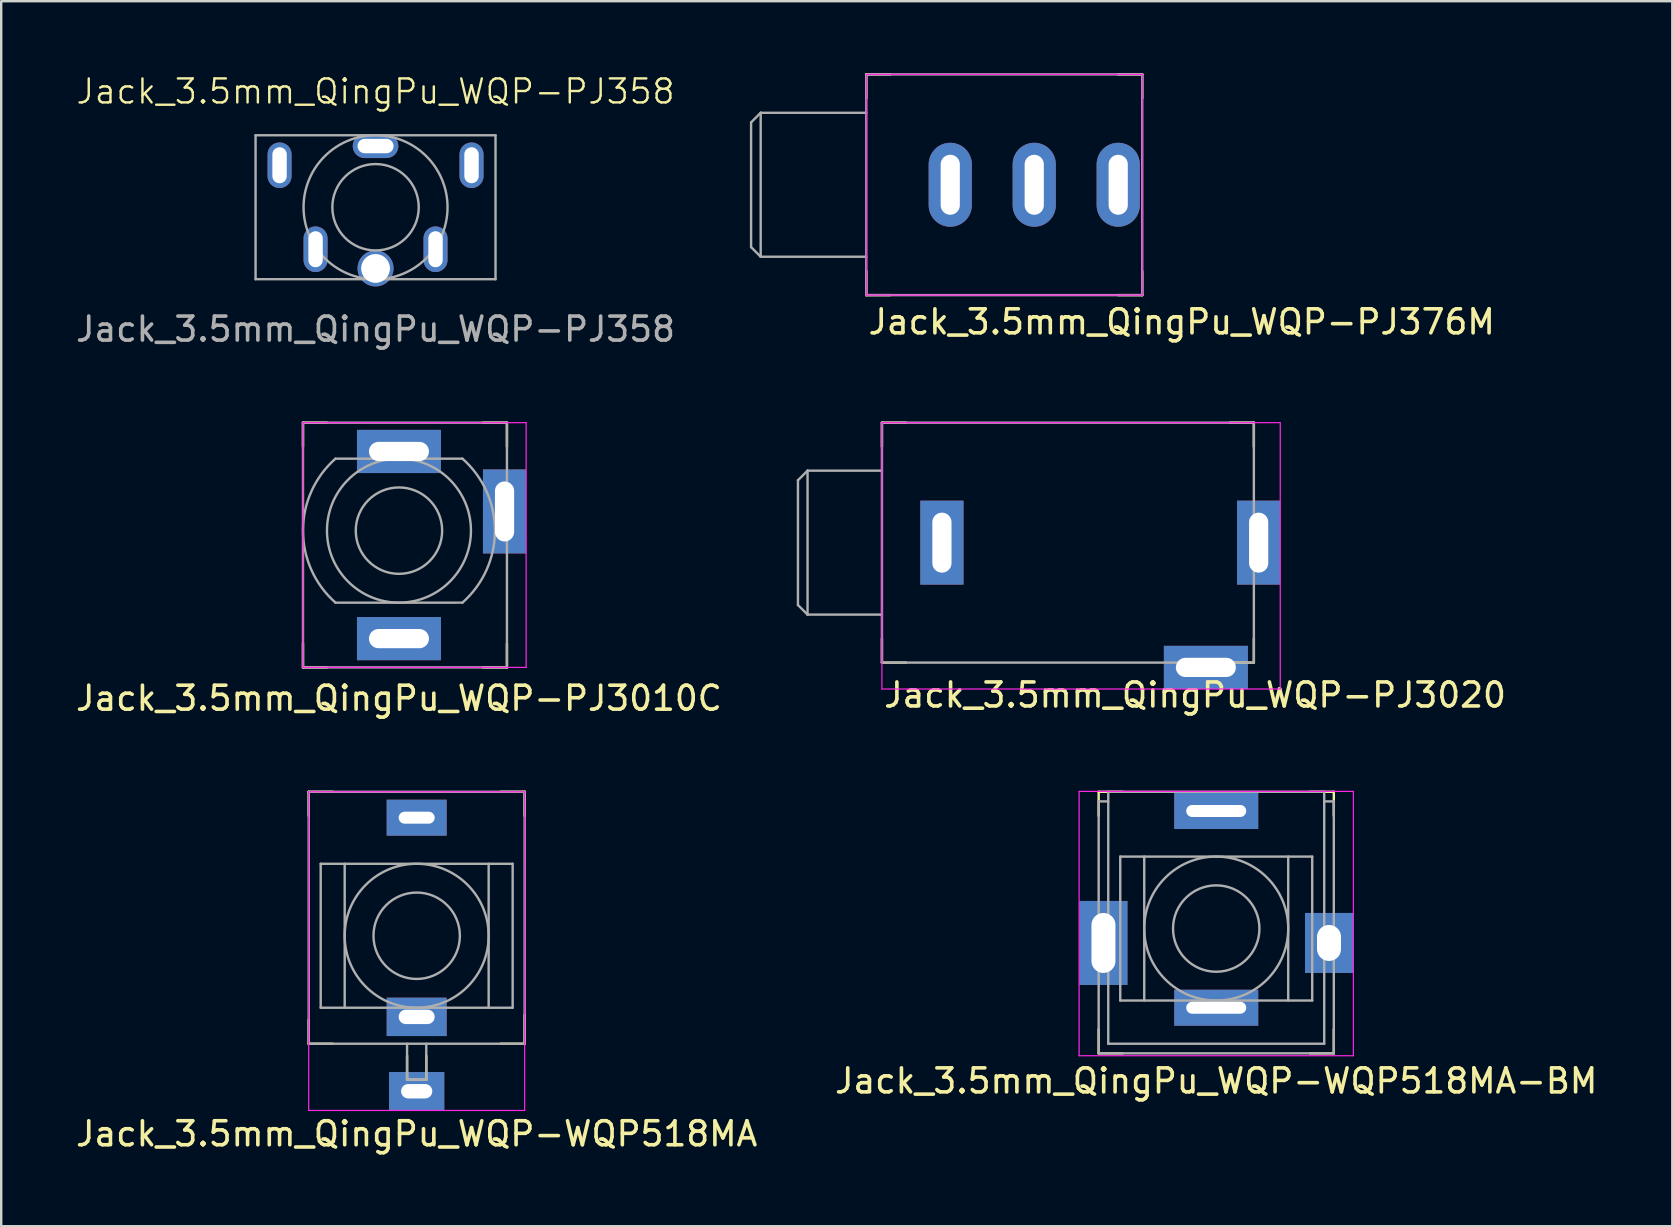
<source format=kicad_pcb>
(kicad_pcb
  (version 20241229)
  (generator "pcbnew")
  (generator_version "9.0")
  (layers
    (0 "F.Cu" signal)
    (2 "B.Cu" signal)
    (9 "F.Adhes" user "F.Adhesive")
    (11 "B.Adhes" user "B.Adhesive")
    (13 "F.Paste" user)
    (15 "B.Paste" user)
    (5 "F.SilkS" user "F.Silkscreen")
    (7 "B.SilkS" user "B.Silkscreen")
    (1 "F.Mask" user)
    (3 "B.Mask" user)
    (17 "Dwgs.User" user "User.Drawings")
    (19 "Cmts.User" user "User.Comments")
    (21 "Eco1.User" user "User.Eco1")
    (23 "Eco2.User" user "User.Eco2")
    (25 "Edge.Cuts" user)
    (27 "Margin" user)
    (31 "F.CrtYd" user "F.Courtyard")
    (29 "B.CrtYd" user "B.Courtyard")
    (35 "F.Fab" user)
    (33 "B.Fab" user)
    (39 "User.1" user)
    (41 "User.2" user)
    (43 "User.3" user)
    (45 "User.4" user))
  (footprint "Jack_3.5mm_QingPu_WQP-WQP518MA-BM"
    (layer "F.Cu")
    (at 47.637 35.648)
    (property "Reference" "Jack_3.5mm_QingPu_WQP-WQP518MA-BM" (at 0 6.35 0) (layer "F.SilkS") (effects (font (size 1 1) (thickness 0.15))))
    (attr through_hole)
    (fp_line (start -4.9 -5.7) (end -4.9 -4.7) (stroke (width 0.1) (type solid)) (layer "F.SilkS"))
    (fp_line (start -4.9 -5.7) (end -3.9 -5.7) (stroke (width 0.1) (type solid)) (layer "F.SilkS"))
    (fp_line (start -4.9 5.2) (end -4.9 4.2) (stroke (width 0.1) (type solid)) (layer "F.SilkS"))
    (fp_line (start -4.9 5.2) (end -3.9 5.2) (stroke (width 0.1) (type solid)) (layer "F.SilkS"))
    (fp_line (start 4.9 -5.7) (end 3.9 -5.7) (stroke (width 0.1) (type solid)) (layer "F.SilkS"))
    (fp_line (start 4.9 -5.7) (end 4.9 -4.7) (stroke (width 0.1) (type solid)) (layer "F.SilkS"))
    (fp_line (start 4.9 5.2) (end 3.9 5.2) (stroke (width 0.1) (type solid)) (layer "F.SilkS"))
    (fp_line (start 4.9 5.2) (end 4.9 4.2) (stroke (width 0.1) (type solid)) (layer "F.SilkS"))
    (fp_line (start -5.715 -5.715) (end 5.715 -5.715) (stroke (width 0.05) (type solid)) (layer "F.CrtYd"))
    (fp_line (start -5.715 5.3) (end -5.715 -5.715) (stroke (width 0.05) (type solid)) (layer "F.CrtYd"))
    (fp_line (start 5.715 -5.715) (end 5.715 5.3) (stroke (width 0.05) (type solid)) (layer "F.CrtYd"))
    (fp_line (start 5.715 5.3) (end -5.715 5.3) (stroke (width 0.05) (type solid)) (layer "F.CrtYd"))
    (fp_line (start -4.9 5.2) (end -4.9 -5.3) (stroke (width 0.1) (type solid)) (layer "F.Fab"))
    (fp_line (start -4.9 5.2) (end 4.9 5.2) (stroke (width 0.1) (type solid)) (layer "F.Fab"))
    (fp_line (start -4.5 -5.7) (end -4.5 4.8) (stroke (width 0.1) (type solid)) (layer "F.Fab"))
    (fp_line (start -4.5 -5.7) (end 4.5 -5.7) (stroke (width 0.1) (type solid)) (layer "F.Fab"))
    (fp_line (start -4.5 -5.3) (end -4.9 -5.3) (stroke (width 0.1) (type solid)) (layer "F.Fab"))
    (fp_line (start -4.5 4.8) (end 4.5 4.8) (stroke (width 0.1) (type solid)) (layer "F.Fab"))
    (fp_line (start -4 -3) (end -4 3) (stroke (width 0.1) (type solid)) (layer "F.Fab"))
    (fp_line (start -4 -3) (end 4 -3) (stroke (width 0.1) (type solid)) (layer "F.Fab"))
    (fp_line (start -4 3) (end 4 3) (stroke (width 0.1) (type solid)) (layer "F.Fab"))
    (fp_line (start -3 -3) (end -3 3) (stroke (width 0.1) (type solid)) (layer "F.Fab"))
    (fp_line (start 3 -3) (end 3 3) (stroke (width 0.1) (type solid)) (layer "F.Fab"))
    (fp_line (start 4 -3) (end 4 3) (stroke (width 0.1) (type solid)) (layer "F.Fab"))
    (fp_line (start 4.5 4.8) (end 4.5 -5.7) (stroke (width 0.1) (type solid)) (layer "F.Fab"))
    (fp_line (start 4.9 -5.3) (end 4.5 -5.3) (stroke (width 0.1) (type solid)) (layer "F.Fab"))
    (fp_line (start 4.9 5.2) (end 4.9 -5.3) (stroke (width 0.1) (type solid)) (layer "F.Fab"))
    (fp_circle (center 0 0) (end 1.8 0) (stroke (width 0.1) (type solid)) (fill no) (layer "F.Fab"))
    (fp_circle (center 0 0) (end 3 0) (stroke (width 0.1) (type solid)) (fill no) (layer "F.Fab"))
    (pad "S" thru_hole rect (at -4.7 0.6) (size 2 3.5) (drill oval 1 2.5) (layers "*.Cu" "*.Mask"))
    (pad "S" thru_hole rect (at 4.7 0.6) (size 2 2.5) (drill oval 1 1.5) (layers "*.Cu" "*.Mask"))
    (pad "T" thru_hole rect (at 0 -4.9) (size 3.5 1.5) (drill oval 2.5 0.5) (layers "*.Cu" "*.Mask"))
    (pad "TN" thru_hole rect (at 0 3.3) (size 3.5 1.5) (drill oval 2.5 0.5) (layers "*.Cu" "*.Mask")))
  (footprint "Jack_3.5mm_QingPu_WQP-WQP518MA"
    (layer "F.Cu")
    (at 14.315 35.948)
    (property "Reference" "Jack_3.5mm_QingPu_WQP-WQP518MA" (at 0 8.255 0) (layer "F.SilkS") (effects (font (size 1 1) (thickness 0.15))))
    (attr through_hole)
    (fp_line (start -4.5 -6) (end -4.5 -5) (stroke (width 0.1) (type solid)) (layer "F.SilkS"))
    (fp_line (start -4.5 -6) (end -3.5 -6) (stroke (width 0.1) (type solid)) (layer "F.SilkS"))
    (fp_line (start -4.5 4.5) (end -4.5 3.5) (stroke (width 0.1) (type solid)) (layer "F.SilkS"))
    (fp_line (start -4.5 4.5) (end -3.5 4.5) (stroke (width 0.1) (type solid)) (layer "F.SilkS"))
    (fp_line (start -0.4 5) (end -0.4 6) (stroke (width 0.1) (type solid)) (layer "F.SilkS"))
    (fp_line (start -0.4 6) (end 0.4 6) (stroke (width 0.1) (type solid)) (layer "F.SilkS"))
    (fp_line (start 0.4 5) (end 0.4 6) (stroke (width 0.1) (type solid)) (layer "F.SilkS"))
    (fp_line (start 4.5 -6) (end 3.5 -6) (stroke (width 0.1) (type solid)) (layer "F.SilkS"))
    (fp_line (start 4.5 -6) (end 4.5 -5) (stroke (width 0.1) (type solid)) (layer "F.SilkS"))
    (fp_line (start 4.5 4.5) (end 3.5 4.5) (stroke (width 0.1) (type solid)) (layer "F.SilkS"))
    (fp_line (start 4.5 4.5) (end 4.5 3.3) (stroke (width 0.1) (type solid)) (layer "F.SilkS"))
    (fp_line (start -4.5 -6) (end -4.5 7.28) (stroke (width 0.05) (type solid)) (layer "F.CrtYd"))
    (fp_line (start -4.5 -6) (end 4.5 -6) (stroke (width 0.05) (type solid)) (layer "F.CrtYd"))
    (fp_line (start 4.5 -6) (end 4.5 7.28) (stroke (width 0.05) (type solid)) (layer "F.CrtYd"))
    (fp_line (start 4.5 7.28) (end -4.5 7.28) (stroke (width 0.05) (type solid)) (layer "F.CrtYd"))
    (fp_line (start -4.5 -6) (end 4.5 -6) (stroke (width 0.1) (type solid)) (layer "F.Fab"))
    (fp_line (start -4.5 4.5) (end -4.5 -6) (stroke (width 0.1) (type solid)) (layer "F.Fab"))
    (fp_line (start -4.5 4.5) (end 4.5 4.5) (stroke (width 0.1) (type solid)) (layer "F.Fab"))
    (fp_line (start -4 -3) (end -4 3) (stroke (width 0.1) (type solid)) (layer "F.Fab"))
    (fp_line (start -4 -3) (end 4 -3) (stroke (width 0.1) (type solid)) (layer "F.Fab"))
    (fp_line (start -4 3) (end 4 3) (stroke (width 0.1) (type solid)) (layer "F.Fab"))
    (fp_line (start -3 -3) (end -3 3) (stroke (width 0.1) (type solid)) (layer "F.Fab"))
    (fp_line (start -0.4 4.5) (end -0.4 6) (stroke (width 0.1) (type solid)) (layer "F.Fab"))
    (fp_line (start -0.4 6) (end 0.4 6) (stroke (width 0.1) (type solid)) (layer "F.Fab"))
    (fp_line (start 0.4 4.5) (end 0.4 6) (stroke (width 0.1) (type solid)) (layer "F.Fab"))
    (fp_line (start 3 -3) (end 3 3) (stroke (width 0.1) (type solid)) (layer "F.Fab"))
    (fp_line (start 4 -3) (end 4 3) (stroke (width 0.1) (type solid)) (layer "F.Fab"))
    (fp_line (start 4.5 -6) (end 4.5 4.5) (stroke (width 0.1) (type solid)) (layer "F.Fab"))
    (fp_circle (center 0 0) (end 1.8 0) (stroke (width 0.1) (type solid)) (fill no) (layer "F.Fab"))
    (fp_circle (center 0 0) (end 3 0) (stroke (width 0.1) (type solid)) (fill no) (layer "F.Fab"))
    (pad "S" thru_hole rect (at 0 6.48) (size 2.3 1.6) (drill oval 1.3 0.6) (layers "*.Cu" "*.Mask"))
    (pad "T" thru_hole rect (at 0 -4.92) (size 2.5 1.5) (drill oval 1.5 0.5) (layers "*.Cu" "*.Mask"))
    (pad "TN" thru_hole rect (at 0 3.38) (size 2.5 1.6) (drill oval 1.5 0.6) (layers "*.Cu" "*.Mask")))
  (footprint "Jack_3.5mm_QingPu_WQP-PJ3010C"
    (layer "F.Cu")
    (at 13.577 19.065)
    (property "Reference" "Jack_3.5mm_QingPu_WQP-PJ3010C" (at 0 6.985 0) (layer "F.SilkS") (effects (font (size 1 1) (thickness 0.15))))
    (attr through_hole)
    (fp_line (start -4 -4.5) (end -4 -3.5) (stroke (width 0.1) (type solid)) (layer "F.SilkS"))
    (fp_line (start -4 -4.5) (end -3 -4.5) (stroke (width 0.1) (type solid)) (layer "F.SilkS"))
    (fp_line (start -4 5.7) (end -4 4.7) (stroke (width 0.1) (type solid)) (layer "F.SilkS"))
    (fp_line (start -4 5.7) (end -3 5.7) (stroke (width 0.1) (type solid)) (layer "F.SilkS"))
    (fp_line (start 4.5 -4.5) (end 3.5 -4.5) (stroke (width 0.1) (type solid)) (layer "F.SilkS"))
    (fp_line (start 4.5 -4.5) (end 4.5 -3.5) (stroke (width 0.1) (type solid)) (layer "F.SilkS"))
    (fp_line (start 4.5 5.7) (end 3.5 5.7) (stroke (width 0.1) (type solid)) (layer "F.SilkS"))
    (fp_line (start 4.5 5.7) (end 4.5 4.7) (stroke (width 0.1) (type solid)) (layer "F.SilkS"))
    (fp_line (start -4 -4.5) (end 5.3 -4.5) (stroke (width 0.05) (type solid)) (layer "F.CrtYd"))
    (fp_line (start -4 5.7) (end -4 -4.5) (stroke (width 0.05) (type solid)) (layer "F.CrtYd"))
    (fp_line (start -4 5.7) (end 5.3 5.7) (stroke (width 0.05) (type solid)) (layer "F.CrtYd"))
    (fp_line (start 5.3 -4.5) (end 5.3 5.7) (stroke (width 0.05) (type solid)) (layer "F.CrtYd"))
    (fp_line (start -4 -4.5) (end 4.5 -4.5) (stroke (width 0.1) (type solid)) (layer "F.Fab"))
    (fp_line (start -4 5.7) (end -4 -4.5) (stroke (width 0.1) (type solid)) (layer "F.Fab"))
    (fp_line (start -4 5.7) (end 4.5 5.7) (stroke (width 0.1) (type solid)) (layer "F.Fab"))
    (fp_line (start -2.646 -3) (end 2.645 -3.001) (stroke (width 0.1) (type solid)) (layer "F.Fab"))
    (fp_line (start -2.645 3.001) (end 2.646 3) (stroke (width 0.1) (type solid)) (layer "F.Fab"))
    (fp_line (start 4.5 -4.5) (end 4.5 5.7) (stroke (width 0.1) (type solid)) (layer "F.Fab"))
    (fp_arc (start -2.644744 3.000888) (mid -4 0.000671) (end -2.645751 -3) (stroke (width 0.1) (type solid)) (layer "F.Fab"))
    (fp_arc (start 2.644744 -3.000888) (mid 4 -0.000671) (end 2.645751 3) (stroke (width 0.1) (type solid)) (layer "F.Fab"))
    (fp_circle (center 0 0) (end 1.8 0) (stroke (width 0.1) (type solid)) (fill no) (layer "F.Fab"))
    (fp_circle (center 0 0) (end 3 0) (stroke (width 0.1) (type solid)) (fill no) (layer "F.Fab"))
    (pad "R" thru_hole rect (at 0 -3.3) (size 3.5 1.8) (drill oval 2.5 0.8) (layers "*.Cu" "*.Mask"))
    (pad "S" thru_hole rect (at 4.4 -0.8) (size 1.8 3.5) (drill oval 0.8 2.5) (layers "*.Cu" "*.Mask"))
    (pad "T" thru_hole rect (at 0 4.5) (size 3.5 1.8) (drill oval 2.5 0.8) (layers "*.Cu" "*.Mask")))
  (footprint "Jack_3.5mm_QingPu_WQP-PJ376M"
    (layer "F.Cu")
    (at 33.052 4.65)
    (property "Reference" "Jack_3.5mm_QingPu_WQP-PJ376M" (at 0 5.715 0) (layer "F.SilkS") (effects (font (size 1 1) (thickness 0.15)) (justify left)))
    (attr through_hole)
    (fp_line (start 0 -4.6) (end 0 -3.6) (stroke (width 0.1) (type solid)) (layer "F.SilkS"))
    (fp_line (start 0 -4.6) (end 1 -4.6) (stroke (width 0.1) (type solid)) (layer "F.SilkS"))
    (fp_line (start 0 4.6) (end 0 3.6) (stroke (width 0.1) (type solid)) (layer "F.SilkS"))
    (fp_line (start 0 4.6) (end 1 4.6) (stroke (width 0.1) (type solid)) (layer "F.SilkS"))
    (fp_line (start 11.5 -4.6) (end 10.5 -4.6) (stroke (width 0.1) (type solid)) (layer "F.SilkS"))
    (fp_line (start 11.5 -4.6) (end 11.5 -3.6) (stroke (width 0.1) (type solid)) (layer "F.SilkS"))
    (fp_line (start 11.5 4.6) (end 10.5 4.6) (stroke (width 0.1) (type solid)) (layer "F.SilkS"))
    (fp_line (start 11.5 4.6) (end 11.5 3.6) (stroke (width 0.1) (type solid)) (layer "F.SilkS"))
    (fp_line (start 0 -4.6) (end 0 4.6) (stroke (width 0.05) (type solid)) (layer "F.CrtYd"))
    (fp_line (start 0 -4.6) (end 11.5 -4.6) (stroke (width 0.05) (type solid)) (layer "F.CrtYd"))
    (fp_line (start 0 4.6) (end 11.5 4.6) (stroke (width 0.05) (type solid)) (layer "F.CrtYd"))
    (fp_line (start 11.5 -4.6) (end 11.5 4.6) (stroke (width 0.05) (type solid)) (layer "F.CrtYd"))
    (fp_line (start -4.8 -2.6) (end -4.8 2.6) (stroke (width 0.1) (type solid)) (layer "F.Fab"))
    (fp_line (start -4.8 2.6) (end -4.4 3) (stroke (width 0.1) (type solid)) (layer "F.Fab"))
    (fp_line (start -4.4 -3) (end -4.8 -2.6) (stroke (width 0.1) (type solid)) (layer "F.Fab"))
    (fp_line (start -4.4 -3) (end -4.4 3) (stroke (width 0.1) (type solid)) (layer "F.Fab"))
    (fp_line (start 0 -4.6) (end 11.5 -4.6) (stroke (width 0.1) (type solid)) (layer "F.Fab"))
    (fp_line (start 0 -3) (end -4.4 -3) (stroke (width 0.1) (type solid)) (layer "F.Fab"))
    (fp_line (start 0 3) (end -4.4 3) (stroke (width 0.1) (type solid)) (layer "F.Fab"))
    (fp_line (start 0 4.6) (end 0 -4.6) (stroke (width 0.1) (type solid)) (layer "F.Fab"))
    (fp_line (start 0 4.6) (end 11.5 4.6) (stroke (width 0.1) (type solid)) (layer "F.Fab"))
    (fp_line (start 11.5 4.6) (end 11.5 -4.6) (stroke (width 0.1) (type solid)) (layer "F.Fab"))
    (pad "S" thru_hole oval (at 3.5 0) (size 1.8 3.5) (drill oval 0.8 2.5) (layers "*.Cu" "*.Mask"))
    (pad "T" thru_hole oval (at 7 0) (size 1.8 3.5) (drill oval 0.8 2.5) (layers "*.Cu" "*.Mask"))
    (pad "TN" thru_hole oval (at 10.5 0) (size 1.8 3.5) (drill oval 0.8 2.5) (layers "*.Cu" "*.Mask")))
  (footprint "Jack_3.5mm_QingPu_WQP-PJ3020"
    (layer "F.Cu")
    (at 33.705 19.565)
    (property "Reference" "Jack_3.5mm_QingPu_WQP-PJ3020" (at 0 6.35 0) (layer "F.SilkS") (effects (font (size 1 1) (thickness 0.15)) (justify left)))
    (attr through_hole)
    (fp_line (start 0 -5) (end 0 -4) (stroke (width 0.1) (type solid)) (layer "F.SilkS"))
    (fp_line (start 0 -5) (end 1 -5) (stroke (width 0.1) (type solid)) (layer "F.SilkS"))
    (fp_line (start 0 5) (end 0 4) (stroke (width 0.1) (type solid)) (layer "F.SilkS"))
    (fp_line (start 0 5) (end 1 5) (stroke (width 0.1) (type solid)) (layer "F.SilkS"))
    (fp_line (start 15.5 -5) (end 14.5 -5) (stroke (width 0.1) (type solid)) (layer "F.SilkS"))
    (fp_line (start 15.5 -5) (end 15.5 -4) (stroke (width 0.1) (type solid)) (layer "F.SilkS"))
    (fp_line (start 15.5 5) (end 14.5 5) (stroke (width 0.1) (type solid)) (layer "F.SilkS"))
    (fp_line (start 15.5 5) (end 15.5 4) (stroke (width 0.1) (type solid)) (layer "F.SilkS"))
    (fp_line (start 0 -5) (end 0 6.1) (stroke (width 0.05) (type solid)) (layer "F.CrtYd"))
    (fp_line (start 0 -5) (end 16.6 -5) (stroke (width 0.05) (type solid)) (layer "F.CrtYd"))
    (fp_line (start 0 6.1) (end 16.6 6.1) (stroke (width 0.05) (type solid)) (layer "F.CrtYd"))
    (fp_line (start 16.6 -5) (end 16.6 6.1) (stroke (width 0.05) (type solid)) (layer "F.CrtYd"))
    (fp_line (start -3.5 -2.6) (end -3.5 2.6) (stroke (width 0.1) (type solid)) (layer "F.Fab"))
    (fp_line (start -3.5 -2.6) (end -3.1 -3) (stroke (width 0.1) (type solid)) (layer "F.Fab"))
    (fp_line (start -3.5 2.6) (end -3.1 3) (stroke (width 0.1) (type solid)) (layer "F.Fab"))
    (fp_line (start -3.1 -3) (end -3.1 3) (stroke (width 0.1) (type solid)) (layer "F.Fab"))
    (fp_line (start -3.1 -3) (end 0 -3) (stroke (width 0.1) (type solid)) (layer "F.Fab"))
    (fp_line (start -3.1 3) (end 0 3) (stroke (width 0.1) (type solid)) (layer "F.Fab"))
    (fp_line (start 0 -5) (end 0 5) (stroke (width 0.1) (type solid)) (layer "F.Fab"))
    (fp_line (start 0 5) (end 15.5 5) (stroke (width 0.1) (type solid)) (layer "F.Fab"))
    (fp_line (start 15.5 -5) (end 0 -5) (stroke (width 0.1) (type solid)) (layer "F.Fab"))
    (fp_line (start 15.5 -5) (end 15.5 5) (stroke (width 0.1) (type solid)) (layer "F.Fab"))
    (pad "S" thru_hole rect (at 2.5 0) (size 1.8 3.5) (drill oval 0.8 2.5) (layers "*.Cu" "*.Mask"))
    (pad "T" thru_hole rect (at 15.7 0) (size 1.8 3.5) (drill oval 0.8 2.5) (layers "*.Cu" "*.Mask"))
    (pad "TN" thru_hole rect (at 13.5 5.2) (size 3.5 1.8) (drill oval 2.5 0.8) (layers "*.Cu" "*.Mask")))
  (footprint "Jack_3.5mm_QingPu_WQP-PJ358"
    (layer "F.Cu")
    (at 12.601 5.587)
    (property "Reference" "Jack_3.5mm_QingPu_WQP-PJ358" (at 0 -4.826 0) (unlocked yes) (layer "F.SilkS") (effects (font (size 1 1) (thickness 0.1))))
    (attr through_hole)
    (fp_line (start -5 -3) (end 5 -3) (stroke (width 0.1) (type default)) (layer "F.Fab"))
    (fp_line (start -5 3) (end -5 -3) (stroke (width 0.1) (type default)) (layer "F.Fab"))
    (fp_line (start 5 -3) (end 5 3) (stroke (width 0.1) (type default)) (layer "F.Fab"))
    (fp_line (start 5 3) (end -5 3) (stroke (width 0.1) (type default)) (layer "F.Fab"))
    (fp_circle (center 0 0) (end 1.8 0) (stroke (width 0.1) (type default)) (fill no) (layer "F.Fab"))
    (fp_circle (center 0 0) (end 3 0) (stroke (width 0.1) (type default)) (fill no) (layer "F.Fab"))
    (fp_text user "${REFERENCE}" (at 0 5.08 0) (unlocked yes) (layer "F.Fab") (effects (font (size 1 1) (thickness 0.15))))
    (pad "" np_thru_hole circle (at 0 2.55 90) (size 1.5 1.5) (drill 1.2) (layers "*.Cu" "*.Mask"))
    (pad "R" thru_hole oval (at -4 -1.75) (size 1 1.9) (drill oval 0.6 1.5) (layers "*.Cu" "*.Mask"))
    (pad "RN" thru_hole oval (at -2.5 1.75) (size 1 1.9) (drill oval 0.6 1.5) (layers "*.Cu" "*.Mask"))
    (pad "S" thru_hole oval (at 0 -2.55 90) (size 1 1.9) (drill oval 0.6 1.5) (layers "*.Cu" "*.Mask"))
    (pad "T" thru_hole oval (at 4 -1.75) (size 1 1.9) (drill oval 0.6 1.5) (layers "*.Cu" "*.Mask"))
    (pad "TN" thru_hole oval (at 2.5 1.75) (size 1 1.9) (drill oval 0.6 1.5) (layers "*.Cu" "*.Mask")))
  (gr_rect
    (start -3 -3)
    (end 66.643 48.051)
    (stroke (width 0.1) (type default))
    (fill no)
    (layer "Edge.Cuts")))
</source>
